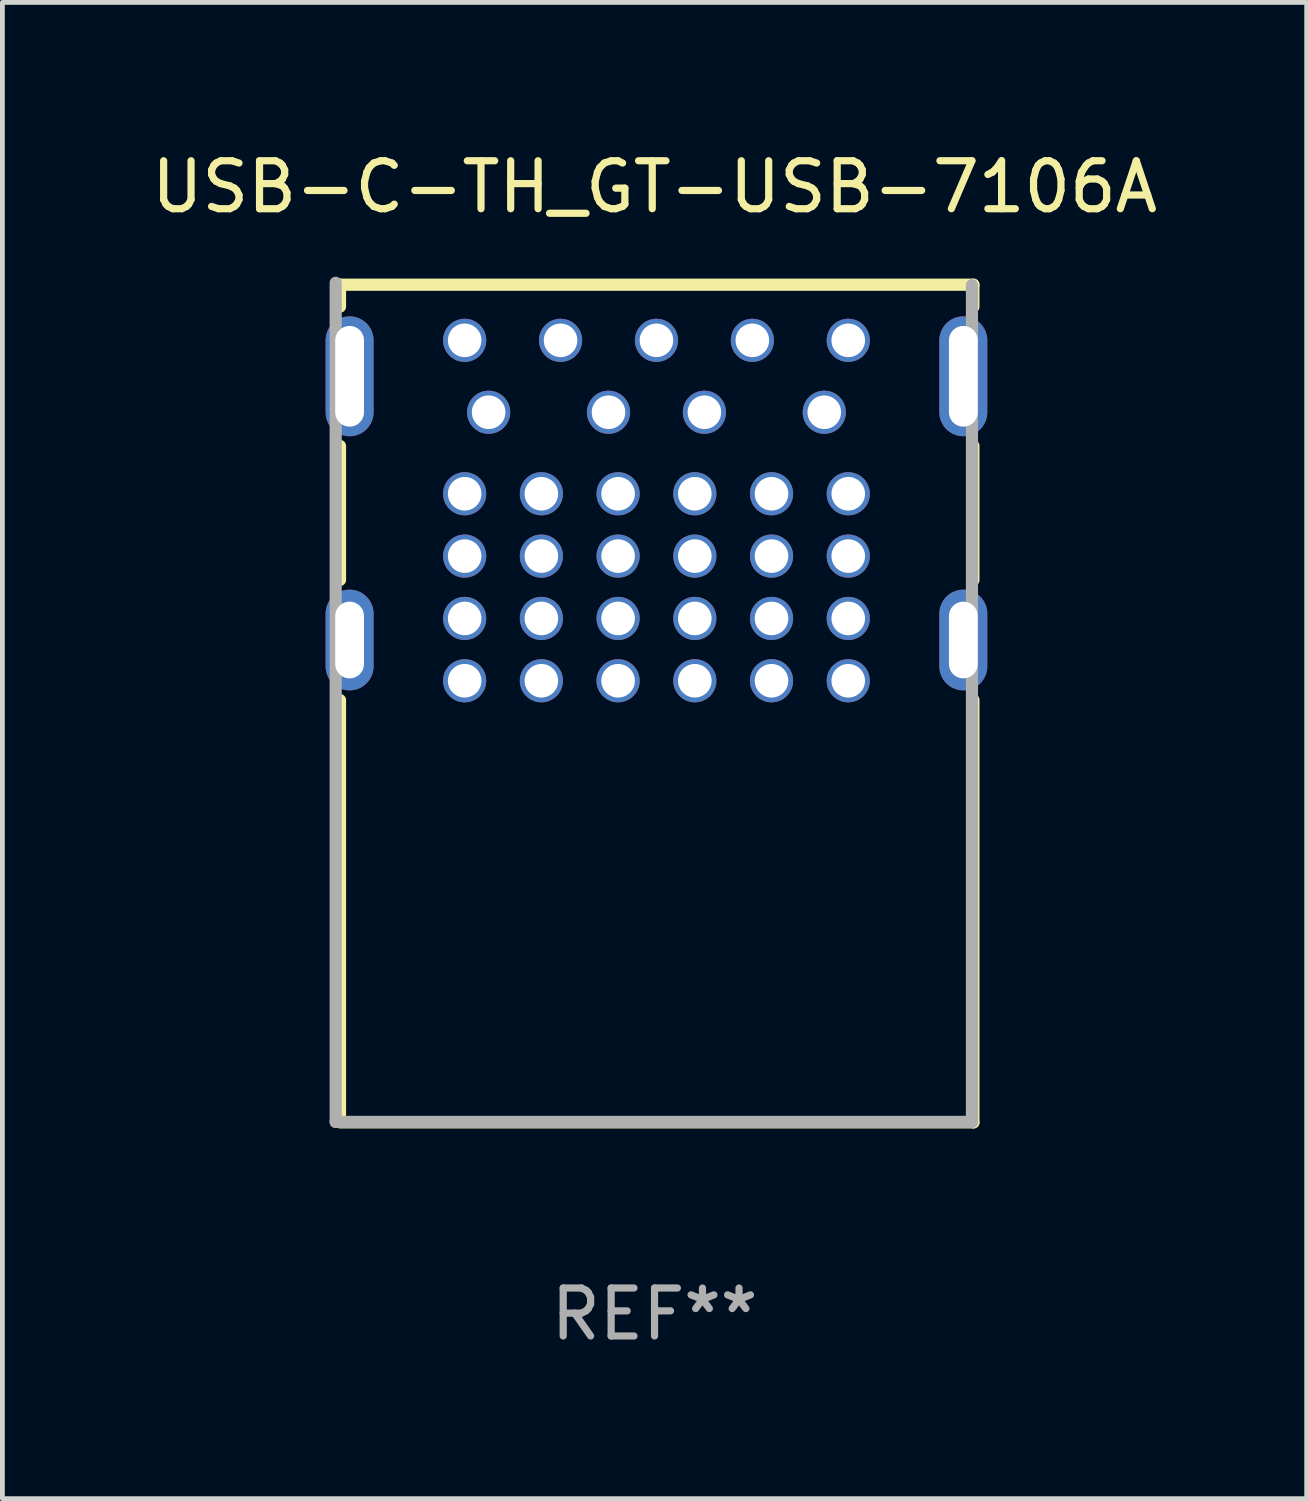
<source format=kicad_pcb>
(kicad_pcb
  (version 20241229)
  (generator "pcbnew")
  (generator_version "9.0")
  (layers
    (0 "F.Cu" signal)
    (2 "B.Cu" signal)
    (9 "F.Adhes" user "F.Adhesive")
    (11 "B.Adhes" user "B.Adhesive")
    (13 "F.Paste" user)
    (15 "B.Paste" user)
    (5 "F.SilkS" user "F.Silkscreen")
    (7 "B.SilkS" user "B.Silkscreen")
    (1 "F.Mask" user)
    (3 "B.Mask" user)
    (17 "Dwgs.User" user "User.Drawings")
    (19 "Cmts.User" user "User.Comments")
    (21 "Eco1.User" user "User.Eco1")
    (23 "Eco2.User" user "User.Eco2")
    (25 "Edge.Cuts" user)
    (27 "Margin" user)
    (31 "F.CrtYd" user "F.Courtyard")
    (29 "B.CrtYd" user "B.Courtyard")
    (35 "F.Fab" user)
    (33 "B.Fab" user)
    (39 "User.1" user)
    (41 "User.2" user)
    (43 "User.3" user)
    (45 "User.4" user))
  (footprint "USB-C-TH_GT-USB-7106A"
    (layer "F.Cu")
    (at 10.641 7.598)
    (property "Reference" "USB-C-TH_GT-USB-7106A" (at -0.04 -6.75 0) (layer "F.SilkS") (effects (font (size 1 1) (thickness 0.15))))
    (attr through_hole)
    (fp_line (start -6.6 -4.71) (end 6.61 -4.71) (stroke (width 0.254) (type solid)) (layer "F.SilkS"))
    (fp_line (start -6.6 -4.253) (end -6.6 -4.71) (stroke (width 0.254) (type solid)) (layer "F.SilkS"))
    (fp_line (start -6.6 1.447) (end -6.6 -1.347) (stroke (width 0.254) (type solid)) (layer "F.SilkS"))
    (fp_line (start -6.6 12.66) (end -6.6 3.953) (stroke (width 0.254) (type solid)) (layer "F.SilkS"))
    (fp_line (start 6.61 -4.71) (end 6.61 -4.25) (stroke (width 0.254) (type solid)) (layer "F.SilkS"))
    (fp_line (start 6.61 -1.35) (end 6.61 1.45) (stroke (width 0.254) (type solid)) (layer "F.SilkS"))
    (fp_line (start 6.61 3.95) (end 6.61 12.76) (stroke (width 0.254) (type solid)) (layer "F.SilkS"))
    (fp_line (start 6.61 12.76) (end -6.6 12.76) (stroke (width 0.254) (type solid)) (layer "F.SilkS"))
    (fp_circle (center -6.55 -4.65) (end -6.52 -4.65) (stroke (width 0.06) (type solid)) (fill no) (layer "F.SilkS"))
    (fp_line (start -6.69 -4.75) (end -6.69 12.75) (stroke (width 0.254) (type solid)) (layer "F.Fab"))
    (fp_line (start -6.69 12.75) (end 6.58 12.75) (stroke (width 0.254) (type solid)) (layer "F.Fab"))
    (fp_line (start 6.58 12.75) (end 6.58 -4.7) (stroke (width 0.254) (type solid)) (layer "F.Fab"))
    (fp_text user "REF**" (at -0.04 16.76 0) (layer "F.Fab") (effects (font (size 1 1) (thickness 0.15))))
    (pad "1" thru_hole circle (at -3.5 -2.05) (size 0.9 0.9) (drill 0.7) (layers "*.Cu" "*.Mask"))
    (pad "2" thru_hole circle (at -1 -2.05) (size 0.9 0.9) (drill 0.7) (layers "*.Cu" "*.Mask"))
    (pad "3" thru_hole circle (at 1 -2.05) (size 0.9 0.9) (drill 0.7) (layers "*.Cu" "*.Mask"))
    (pad "4" thru_hole circle (at 3.5 -2.05) (size 0.9 0.9) (drill 0.7) (layers "*.Cu" "*.Mask"))
    (pad "5" thru_hole circle (at 4 -3.55) (size 0.9 0.9) (drill 0.7) (layers "*.Cu" "*.Mask"))
    (pad "6" thru_hole circle (at 2 -3.55) (size 0.9 0.9) (drill 0.7) (layers "*.Cu" "*.Mask"))
    (pad "7" thru_hole circle (at -0.000127 -3.55) (size 0.9 0.9) (drill 0.7) (layers "*.Cu" "*.Mask"))
    (pad "8" thru_hole circle (at -2 -3.55) (size 0.9 0.9) (drill 0.7) (layers "*.Cu" "*.Mask"))
    (pad "9" thru_hole circle (at -4 -3.55) (size 0.9 0.9) (drill 0.7) (layers "*.Cu" "*.Mask"))
    (pad "38" thru_hole oval (at 6.4 -2.8 180) (size 1 2.5) (drill oval 0.6 2.1) (layers "*.Cu" "*.Mask"))
    (pad "39" thru_hole oval (at 6.4 2.7 180) (size 1 2.1) (drill oval 0.6 1.6) (layers "*.Cu" "*.Mask"))
    (pad "40" thru_hole oval (at -6.4 2.7 180) (size 1 2.1) (drill oval 0.6 1.6) (layers "*.Cu" "*.Mask"))
    (pad "41" thru_hole oval (at -6.4 -2.8 180) (size 1 2.5) (drill oval 0.6 2.1) (layers "*.Cu" "*.Mask"))
    (pad "A1" thru_hole circle (at -4 2.25) (size 0.9 0.9) (drill 0.7) (layers "*.Cu" "*.Mask"))
    (pad "A2" thru_hole circle (at -4 3.55) (size 0.9 0.9) (drill 0.7) (layers "*.Cu" "*.Mask"))
    (pad "A3" thru_hole circle (at -2.4 3.55) (size 0.9 0.9) (drill 0.7) (layers "*.Cu" "*.Mask"))
    (pad "A4" thru_hole circle (at -2.4 2.25) (size 0.9 0.9) (drill 0.7) (layers "*.Cu" "*.Mask"))
    (pad "A5" thru_hole circle (at -0.8 0.95) (size 0.9 0.9) (drill 0.7) (layers "*.Cu" "*.Mask"))
    (pad "A6" thru_hole circle (at -0.8 2.25) (size 0.9 0.9) (drill 0.7) (layers "*.Cu" "*.Mask"))
    (pad "A7" thru_hole circle (at 0.8 2.25) (size 0.9 0.9) (drill 0.7) (layers "*.Cu" "*.Mask"))
    (pad "A8" thru_hole circle (at 0.8 0.95) (size 0.9 0.9) (drill 0.7) (layers "*.Cu" "*.Mask"))
    (pad "A9" thru_hole circle (at 2.4 2.25) (size 0.9 0.9) (drill 0.7) (layers "*.Cu" "*.Mask"))
    (pad "A10" thru_hole circle (at 2.4 3.55) (size 0.9 0.9) (drill 0.7) (layers "*.Cu" "*.Mask"))
    (pad "A11" thru_hole circle (at 4 3.55) (size 0.9 0.9) (drill 0.7) (layers "*.Cu" "*.Mask"))
    (pad "A12" thru_hole circle (at 4 2.25) (size 0.9 0.9) (drill 0.7) (layers "*.Cu" "*.Mask"))
    (pad "B1" thru_hole circle (at 4 0.95) (size 0.9 0.9) (drill 0.7) (layers "*.Cu" "*.Mask"))
    (pad "B2" thru_hole circle (at 4 -0.35) (size 0.9 0.9) (drill 0.7) (layers "*.Cu" "*.Mask"))
    (pad "B3" thru_hole circle (at 2.4 -0.35) (size 0.9 0.9) (drill 0.7) (layers "*.Cu" "*.Mask"))
    (pad "B4" thru_hole circle (at 2.4 0.95) (size 0.9 0.9) (drill 0.7) (layers "*.Cu" "*.Mask"))
    (pad "B5" thru_hole circle (at 0.8 -0.35) (size 0.9 0.9) (drill 0.7) (layers "*.Cu" "*.Mask"))
    (pad "B6" thru_hole circle (at 0.8 3.55) (size 0.9 0.9) (drill 0.7) (layers "*.Cu" "*.Mask"))
    (pad "B7" thru_hole circle (at -0.8 3.55) (size 0.9 0.9) (drill 0.7) (layers "*.Cu" "*.Mask"))
    (pad "B8" thru_hole circle (at -0.8 -0.35) (size 0.9 0.9) (drill 0.7) (layers "*.Cu" "*.Mask"))
    (pad "B9" thru_hole circle (at -2.4 0.95) (size 0.9 0.9) (drill 0.7) (layers "*.Cu" "*.Mask"))
    (pad "B10" thru_hole circle (at -2.4 -0.35) (size 0.9 0.9) (drill 0.7) (layers "*.Cu" "*.Mask"))
    (pad "B11" thru_hole circle (at -4 -0.35) (size 0.9 0.9) (drill 0.7) (layers "*.Cu" "*.Mask"))
    (pad "B12" thru_hole circle (at -4 0.95) (size 0.9 0.9) (drill 0.7) (layers "*.Cu" "*.Mask")))
  (gr_rect
    (start -3 -3)
    (end 24.202 28.206)
    (stroke (width 0.1) (type default))
    (fill no)
    (layer "Edge.Cuts")))
</source>
